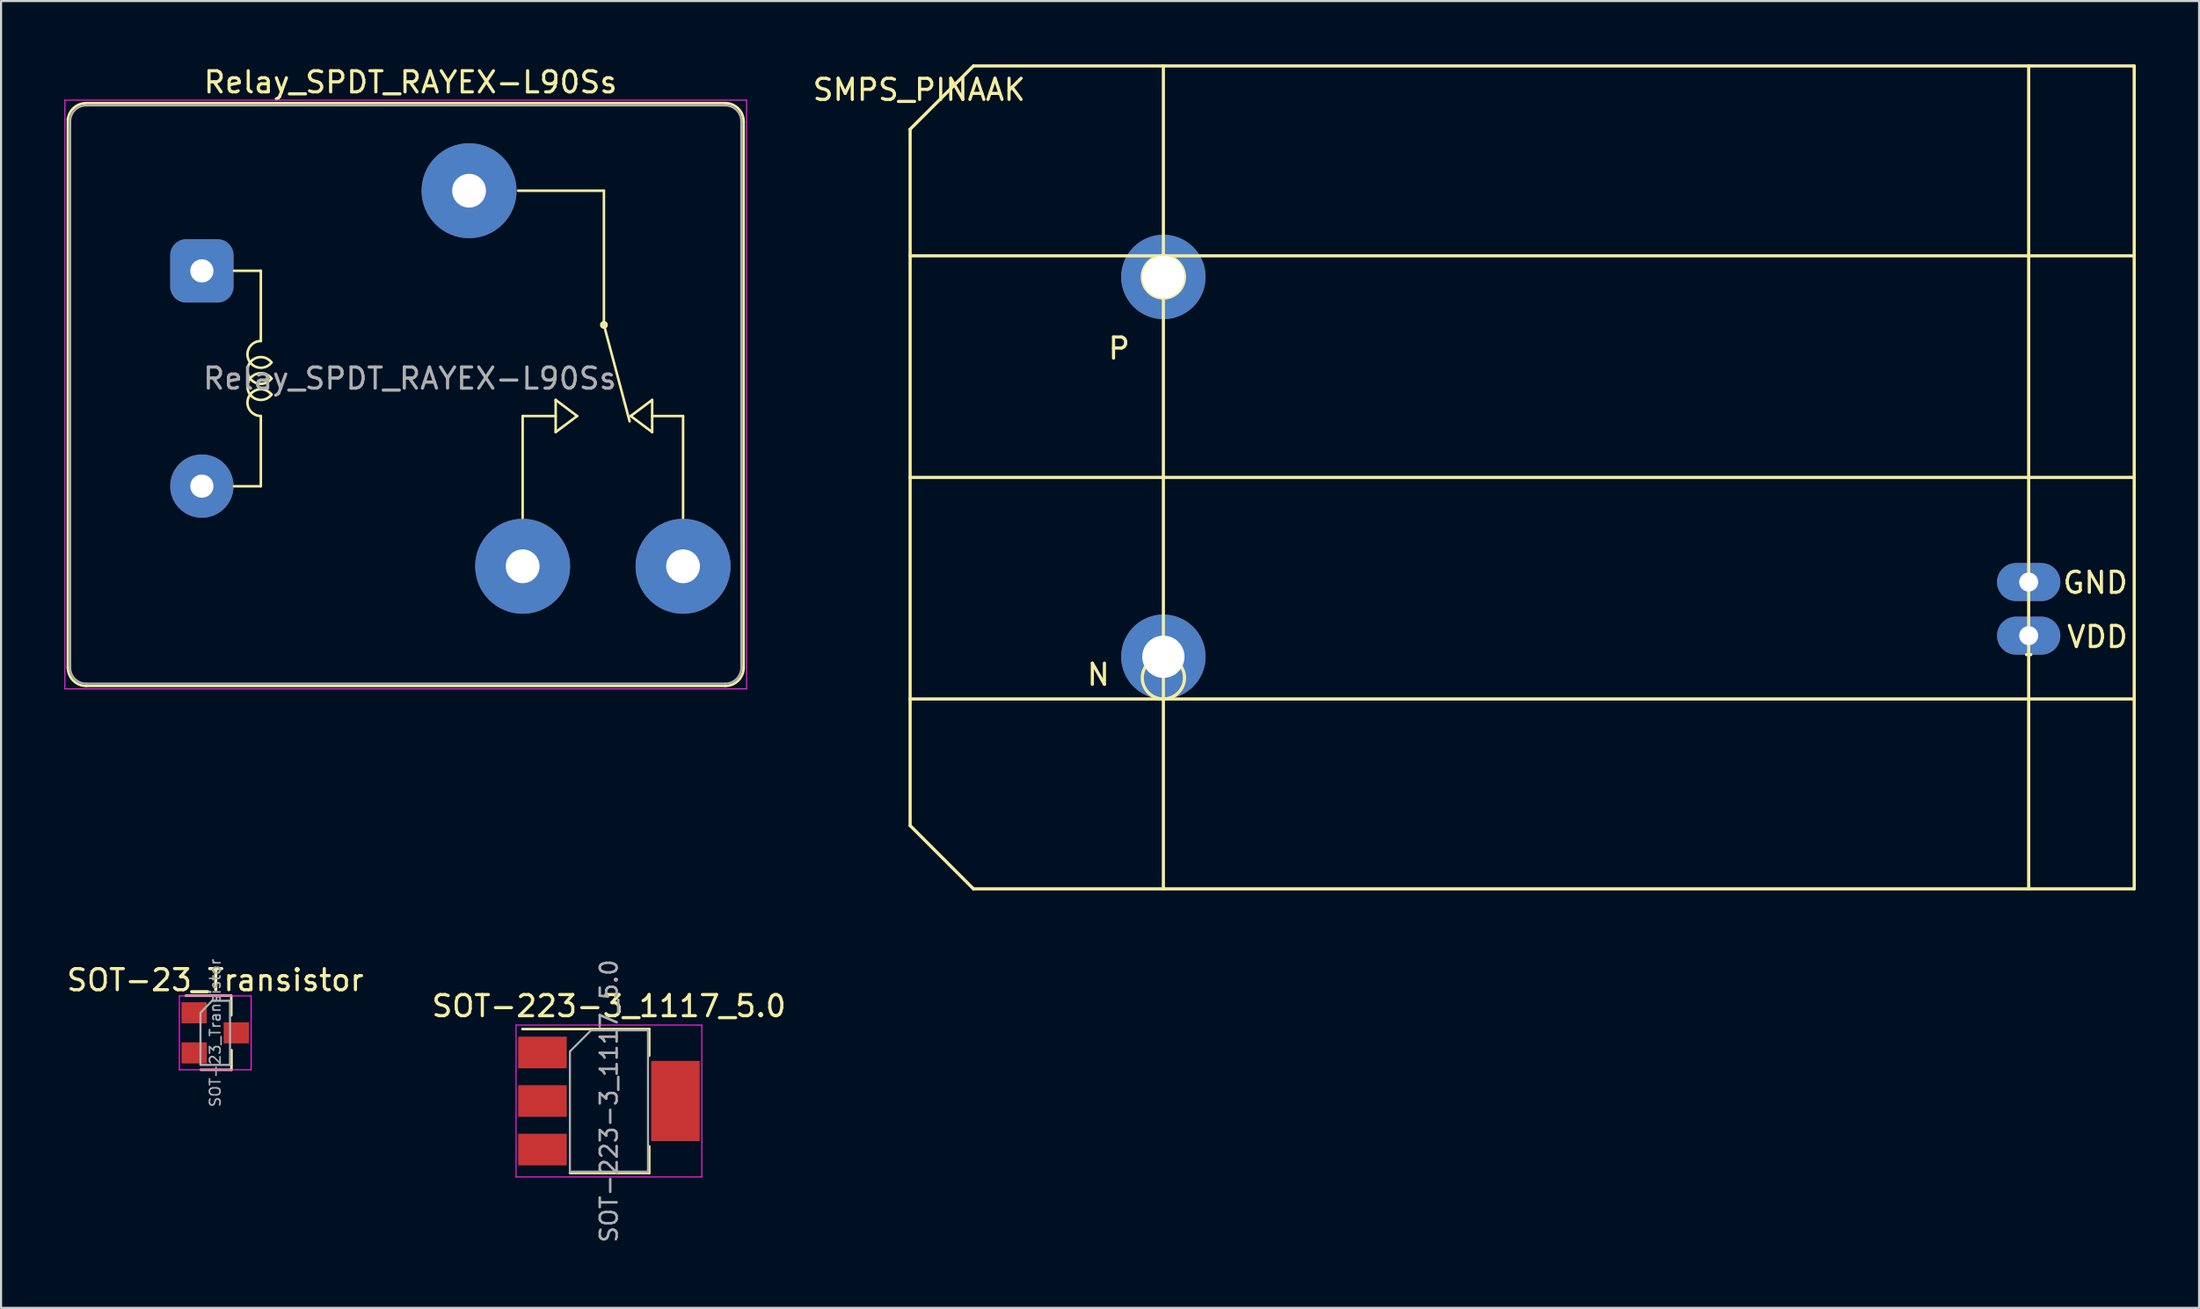
<source format=kicad_pcb>
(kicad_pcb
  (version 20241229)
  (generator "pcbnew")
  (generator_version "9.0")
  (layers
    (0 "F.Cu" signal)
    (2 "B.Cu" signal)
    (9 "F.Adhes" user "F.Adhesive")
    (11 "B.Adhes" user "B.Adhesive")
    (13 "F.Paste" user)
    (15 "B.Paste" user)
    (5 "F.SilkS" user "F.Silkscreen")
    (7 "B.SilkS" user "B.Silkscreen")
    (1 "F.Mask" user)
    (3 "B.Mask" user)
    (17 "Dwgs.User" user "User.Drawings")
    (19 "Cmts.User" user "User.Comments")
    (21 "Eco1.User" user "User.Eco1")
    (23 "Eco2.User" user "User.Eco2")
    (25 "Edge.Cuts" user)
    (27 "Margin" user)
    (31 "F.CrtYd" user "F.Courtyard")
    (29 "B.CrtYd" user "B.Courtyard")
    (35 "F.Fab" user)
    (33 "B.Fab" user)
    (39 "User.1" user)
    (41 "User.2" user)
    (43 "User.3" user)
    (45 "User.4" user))
  (footprint "Relay_SPDT_RAYEX-L90Ss"
    (layer "F.Cu")
    (at 3.975 14.888)
    (property "Reference" "Relay_SPDT_RAYEX-L90Ss" (at 12.427 -14.04 0) (layer "F.SilkS") (effects (font (size 1 1) (thickness 0.15))))
    (attr through_hole)
    (fp_line (start -3.81 -12.288) (end -3.81 13.7) (stroke (width 0.12) (type solid)) (layer "F.SilkS"))
    (fp_line (start -2.94 -13.05) (end 27.34 -13.05) (stroke (width 0.12) (type solid)) (layer "F.SilkS"))
    (fp_line (start -2.94 14.57) (end 27.34 14.57) (stroke (width 0.12) (type solid)) (layer "F.SilkS"))
    (fp_line (start 4.064 -5.105) (end 5.334 -5.105) (stroke (width 0.12) (type solid)) (layer "F.SilkS"))
    (fp_line (start 5.334 -1.778) (end 5.334 -5.105) (stroke (width 0.12) (type solid)) (layer "F.SilkS"))
    (fp_line (start 5.334 5.105) (end 4.064 5.105) (stroke (width 0.12) (type solid)) (layer "F.SilkS"))
    (fp_line (start 5.334 5.105) (end 5.334 1.778) (stroke (width 0.12) (type solid)) (layer "F.SilkS"))
    (fp_line (start 17.74 1.778) (end 19.304 1.778) (stroke (width 0.12) (type solid)) (layer "F.SilkS"))
    (fp_line (start 17.74 6.604) (end 17.74 1.778) (stroke (width 0.12) (type solid)) (layer "F.SilkS"))
    (fp_line (start 19.304 1.016) (end 19.304 2.54) (stroke (width 0.12) (type solid)) (layer "F.SilkS"))
    (fp_line (start 19.304 2.54) (end 20.32 1.778) (stroke (width 0.12) (type solid)) (layer "F.SilkS"))
    (fp_line (start 20.32 1.778) (end 19.304 1.016) (stroke (width 0.12) (type solid)) (layer "F.SilkS"))
    (fp_line (start 21.59 -8.9) (end 17.526 -8.9) (stroke (width 0.12) (type solid)) (layer "F.SilkS"))
    (fp_line (start 21.59 -2.54) (end 21.59 -8.9) (stroke (width 0.12) (type solid)) (layer "F.SilkS"))
    (fp_line (start 21.59 -2.54) (end 22.809 2.032) (stroke (width 0.12) (type solid)) (layer "F.SilkS"))
    (fp_line (start 22.86 1.778) (end 23.876 1.016) (stroke (width 0.12) (type solid)) (layer "F.SilkS"))
    (fp_line (start 23.876 1.778) (end 25.34 1.778) (stroke (width 0.12) (type solid)) (layer "F.SilkS"))
    (fp_line (start 23.876 2.54) (end 22.86 1.778) (stroke (width 0.12) (type solid)) (layer "F.SilkS"))
    (fp_line (start 23.876 2.54) (end 23.876 1.016) (stroke (width 0.12) (type solid)) (layer "F.SilkS"))
    (fp_line (start 25.34 1.778) (end 25.34 6.604) (stroke (width 0.12) (type solid)) (layer "F.SilkS"))
    (fp_line (start 28.21 -12.18) (end 28.21 13.7) (stroke (width 0.12) (type solid)) (layer "F.SilkS"))
    (fp_arc (start -3.81 -12.287593) (mid -3.518396 -12.832428) (end -2.940002 -13.05) (stroke (width 0.12) (type solid)) (layer "F.SilkS"))
    (fp_arc (start -2.94 14.57) (mid -3.555183 14.315183) (end -3.81 13.7) (stroke (width 0.12) (type solid)) (layer "F.SilkS"))
    (fp_arc (start 5.334002 1.777997) (mid 4.765966 0.859166) (end 5.841802 0.76173) (stroke (width 0.12) (type solid)) (layer "F.SilkS"))
    (fp_arc (start 5.8418 -0.761733) (mid 4.765964 -0.859168) (end 5.334 -1.778) (stroke (width 0.12) (type solid)) (layer "F.SilkS"))
    (fp_arc (start 5.842265 -0.000355) (mid 4.699002 -0.38078) (end 5.842 -0.762001) (stroke (width 0.12) (type solid)) (layer "F.SilkS"))
    (fp_arc (start 5.842266 0.761644) (mid 4.699003 0.381219) (end 5.842001 -0.000002) (stroke (width 0.12) (type solid)) (layer "F.SilkS"))
    (fp_arc (start 27.34 -13.05) (mid 27.955183 -12.795183) (end 28.21 -12.18) (stroke (width 0.12) (type solid)) (layer "F.SilkS"))
    (fp_arc (start 28.21 13.7) (mid 27.955183 14.315183) (end 27.34 14.57) (stroke (width 0.12) (type solid)) (layer "F.SilkS"))
    (fp_circle (center 21.59 -2.54) (end 21.59 -2.413) (stroke (width 0.12) (type solid)) (fill no) (layer "F.SilkS"))
    (fp_line (start -3.95 -13.19) (end -3.95 14.71) (stroke (width 0.05) (type solid)) (layer "F.CrtYd"))
    (fp_line (start -3.95 -13.19) (end 28.35 -13.19) (stroke (width 0.05) (type solid)) (layer "F.CrtYd"))
    (fp_line (start -3.95 14.71) (end 28.35 14.71) (stroke (width 0.05) (type solid)) (layer "F.CrtYd"))
    (fp_line (start 28.35 -13.19) (end 28.35 14.71) (stroke (width 0.05) (type solid)) (layer "F.CrtYd"))
    (fp_line (start -3.7 -12.18) (end -3.7 13.7) (stroke (width 0.1) (type solid)) (layer "F.Fab"))
    (fp_line (start -2.94 -12.94) (end 27.34 -12.94) (stroke (width 0.1) (type solid)) (layer "F.Fab"))
    (fp_line (start -2.94 14.46) (end 27.34 14.46) (stroke (width 0.1) (type solid)) (layer "F.Fab"))
    (fp_line (start 28.1 -12.18) (end 28.1 13.7) (stroke (width 0.1) (type solid)) (layer "F.Fab"))
    (fp_arc (start -3.7 -12.18) (mid -3.477401 -12.717401) (end -2.94 -12.94) (stroke (width 0.1) (type solid)) (layer "F.Fab"))
    (fp_arc (start -2.940001 14.460001) (mid -3.477402 14.237402) (end -3.700001 13.700001) (stroke (width 0.1) (type solid)) (layer "F.Fab"))
    (fp_arc (start 27.34 -12.94) (mid 27.877401 -12.717401) (end 28.1 -12.18) (stroke (width 0.1) (type solid)) (layer "F.Fab"))
    (fp_arc (start 28.1 13.7) (mid 27.877401 14.237401) (end 27.34 14.46) (stroke (width 0.1) (type solid)) (layer "F.Fab"))
    (fp_text user "${REFERENCE}" (at 12.395 0 0) (layer "F.Fab") (effects (font (size 1 1) (thickness 0.15))))
    (pad "11" thru_hole circle (at 15.2 -8.9 180) (size 4.5 4.5) (drill 1.6) (layers "*.Cu" "*.Mask"))
    (pad "12" thru_hole circle (at 25.34 8.9 180) (size 4.5 4.5) (drill 1.6) (layers "*.Cu" "*.Mask"))
    (pad "14" thru_hole circle (at 17.74 8.9 180) (size 4.5 4.5) (drill 1.6) (layers "*.Cu" "*.Mask"))
    (pad "A1" thru_hole roundrect (at 2.54 -5.1 180) (size 3 3) (drill 1.1) (layers "*.Cu" "*.Mask") (roundrect_rratio 0.25))
    (pad "A2" thru_hole circle (at 2.54 5.1 180) (size 3 3) (drill 1.1) (layers "*.Cu" "*.Mask")))
  (footprint "SOT-223-3_1117_5.0"
    (layer "F.Cu")
    (at 25.804 49.13)
    (property "Reference" "SOT-223-3_1117_5.0" (at 0 -4.5 0) (layer "F.SilkS") (effects (font (size 1 1) (thickness 0.15))))
    (attr smd)
    (fp_line (start -4.1 -3.41) (end 1.91 -3.41) (stroke (width 0.12) (type solid)) (layer "F.SilkS"))
    (fp_line (start -1.85 3.41) (end 1.91 3.41) (stroke (width 0.12) (type solid)) (layer "F.SilkS"))
    (fp_line (start 1.91 -3.41) (end 1.91 -2.15) (stroke (width 0.12) (type solid)) (layer "F.SilkS"))
    (fp_line (start 1.91 3.41) (end 1.91 2.15) (stroke (width 0.12) (type solid)) (layer "F.SilkS"))
    (fp_line (start -4.4 -3.6) (end -4.4 3.6) (stroke (width 0.05) (type solid)) (layer "F.CrtYd"))
    (fp_line (start -4.4 3.6) (end 4.4 3.6) (stroke (width 0.05) (type solid)) (layer "F.CrtYd"))
    (fp_line (start 4.4 -3.6) (end -4.4 -3.6) (stroke (width 0.05) (type solid)) (layer "F.CrtYd"))
    (fp_line (start 4.4 3.6) (end 4.4 -3.6) (stroke (width 0.05) (type solid)) (layer "F.CrtYd"))
    (fp_line (start -1.85 -2.35) (end -1.85 3.35) (stroke (width 0.1) (type solid)) (layer "F.Fab"))
    (fp_line (start -1.85 -2.35) (end -0.85 -3.35) (stroke (width 0.1) (type solid)) (layer "F.Fab"))
    (fp_line (start -1.85 3.35) (end 1.85 3.35) (stroke (width 0.1) (type solid)) (layer "F.Fab"))
    (fp_line (start -0.85 -3.35) (end 1.85 -3.35) (stroke (width 0.1) (type solid)) (layer "F.Fab"))
    (fp_line (start 1.85 -3.35) (end 1.85 3.35) (stroke (width 0.1) (type solid)) (layer "F.Fab"))
    (fp_text user "${REFERENCE}" (at 0 0 90) (layer "F.Fab") (effects (font (size 0.8 0.8) (thickness 0.12))))
    (pad "1" smd rect (at -3.15 -2.3) (size 2.3 1.5) (layers "F.Cu" "F.Mask" "F.Paste"))
    (pad "2" smd rect (at -3.15 0) (size 2.3 1.5) (layers "F.Cu" "F.Mask" "F.Paste"))
    (pad "2" smd rect (at 3.15 0) (size 2.3 3.8) (layers "F.Cu" "F.Mask" "F.Paste"))
    (pad "3" smd rect (at -3.15 2.3) (size 2.3 1.5) (layers "F.Cu" "F.Mask" "F.Paste")))
  (footprint "SOT-23_Transistor"
    (layer "F.Cu")
    (at 7.149 45.899)
    (property "Reference" "SOT-23_Transistor" (at 0 -2.5 180) (layer "F.SilkS") (effects (font (size 1 1) (thickness 0.15))))
    (attr smd)
    (fp_line (start 0.76 -1.76) (end -1.4 -1.76) (stroke (width 0.12) (type solid)) (layer "F.SilkS"))
    (fp_line (start 0.76 -1.76) (end 0.76 -0.83) (stroke (width 0.12) (type solid)) (layer "F.SilkS"))
    (fp_line (start 0.77 1.75) (end -0.69 1.75) (stroke (width 0.12) (type solid)) (layer "F.SilkS"))
    (fp_line (start 0.77 1.75) (end 0.77 0.82) (stroke (width 0.12) (type solid)) (layer "F.SilkS"))
    (fp_line (start -1.7 -1.75) (end 1.7 -1.75) (stroke (width 0.05) (type solid)) (layer "F.CrtYd"))
    (fp_line (start -1.7 1.75) (end -1.7 -1.75) (stroke (width 0.05) (type solid)) (layer "F.CrtYd"))
    (fp_line (start 1.7 -1.75) (end 1.7 1.75) (stroke (width 0.05) (type solid)) (layer "F.CrtYd"))
    (fp_line (start 1.7 1.75) (end -1.7 1.75) (stroke (width 0.05) (type solid)) (layer "F.CrtYd"))
    (fp_line (start -0.7 -0.95) (end -0.7 1.5) (stroke (width 0.1) (type solid)) (layer "F.Fab"))
    (fp_line (start -0.7 -0.95) (end -0.15 -1.52) (stroke (width 0.1) (type solid)) (layer "F.Fab"))
    (fp_line (start -0.7 1.52) (end 0.7 1.52) (stroke (width 0.1) (type solid)) (layer "F.Fab"))
    (fp_line (start -0.15 -1.52) (end 0.7 -1.52) (stroke (width 0.1) (type solid)) (layer "F.Fab"))
    (fp_line (start 0.7 -1.52) (end 0.7 1.52) (stroke (width 0.1) (type solid)) (layer "F.Fab"))
    (fp_text user "${REFERENCE}" (at 0 0 270) (layer "F.Fab") (effects (font (size 0.5 0.5) (thickness 0.075))))
    (pad "1" smd rect (at -1 -0.95) (size 1.2 1) (layers "F.Cu" "F.Mask" "F.Paste"))
    (pad "2" smd rect (at -1 0.95) (size 1.2 1) (layers "F.Cu" "F.Mask" "F.Paste"))
    (pad "3" smd rect (at 1 0) (size 1.2 1) (layers "F.Cu" "F.Mask" "F.Paste")))
  (footprint "SMPS_PINAAK"
    (layer "F.Cu")
    (at 40.074 39.075)
    (property "Reference" "SMPS_PINAAK" (at 0.425 -37.87 0) (layer "F.SilkS") (effects (font (size 1 1) (thickness 0.15))))
    (attr through_hole)
    (fp_line (start 0 -30) (end 58 -30) (stroke (width 0.15) (type solid)) (layer "F.SilkS"))
    (fp_line (start 0 -9) (end 58 -9) (stroke (width 0.15) (type solid)) (layer "F.SilkS"))
    (fp_line (start 0 -3) (end 0 -36) (stroke (width 0.15) (type solid)) (layer "F.SilkS"))
    (fp_line (start 3 -39) (end 0 -36) (stroke (width 0.15) (type solid)) (layer "F.SilkS"))
    (fp_line (start 3 -39) (end 58 -39) (stroke (width 0.15) (type solid)) (layer "F.SilkS"))
    (fp_line (start 3 0) (end 0 -3) (stroke (width 0.15) (type solid)) (layer "F.SilkS"))
    (fp_line (start 3 0) (end 58 0) (stroke (width 0.15) (type solid)) (layer "F.SilkS"))
    (fp_line (start 12 0) (end 12 -39) (stroke (width 0.15) (type solid)) (layer "F.SilkS"))
    (fp_line (start 52.9 -11.1) (end 53.1 -11.1) (stroke (width 0.15) (type solid)) (layer "F.SilkS"))
    (fp_line (start 53 0) (end 53 -39) (stroke (width 0.15) (type solid)) (layer "F.SilkS"))
    (fp_line (start 58 -19.5) (end 0 -19.5) (stroke (width 0.15) (type solid)) (layer "F.SilkS"))
    (fp_line (start 58 0) (end 58 -39) (stroke (width 0.15) (type solid)) (layer "F.SilkS"))
    (fp_circle (center 12 -29) (end 13 -29) (stroke (width 0.15) (type solid)) (fill no) (layer "F.SilkS"))
    (fp_circle (center 12 -10) (end 13 -10) (stroke (width 0.15) (type solid)) (fill no) (layer "F.SilkS"))
    (fp_text user "VDD" (at 56.26 -11.94 0) (layer "F.SilkS") (effects (font (size 1 1) (thickness 0.15))))
    (fp_text user "GND" (at 56.16 -14.51 0) (layer "F.SilkS") (effects (font (size 1 1) (thickness 0.15))))
    (fp_text user "N" (at 8.92 -10.15 0) (layer "F.SilkS") (effects (font (size 1 1) (thickness 0.15))))
    (fp_text user "P" (at 9.9 -25.61 180) (layer "F.SilkS") (effects (font (size 1 1) (thickness 0.15))))
    (pad "1" thru_hole circle (at 12 -29) (size 4 4) (drill 2) (layers "*.Cu" "*.Mask"))
    (pad "2" thru_hole circle (at 12 -11) (size 4 4) (drill 2) (layers "*.Cu" "*.Mask"))
    (pad "3" thru_hole oval (at 53 -12) (size 3 1.8) (drill 0.9) (layers "*.Cu" "*.Mask"))
    (pad "4" thru_hole oval (at 53 -14.54) (size 3 1.8) (drill 0.9) (layers "*.Cu" "*.Mask")))
  (gr_rect
    (start -3 -3)
    (end 101.149 58.935)
    (stroke (width 0.1) (type default))
    (fill no)
    (layer "Edge.Cuts")))
</source>
